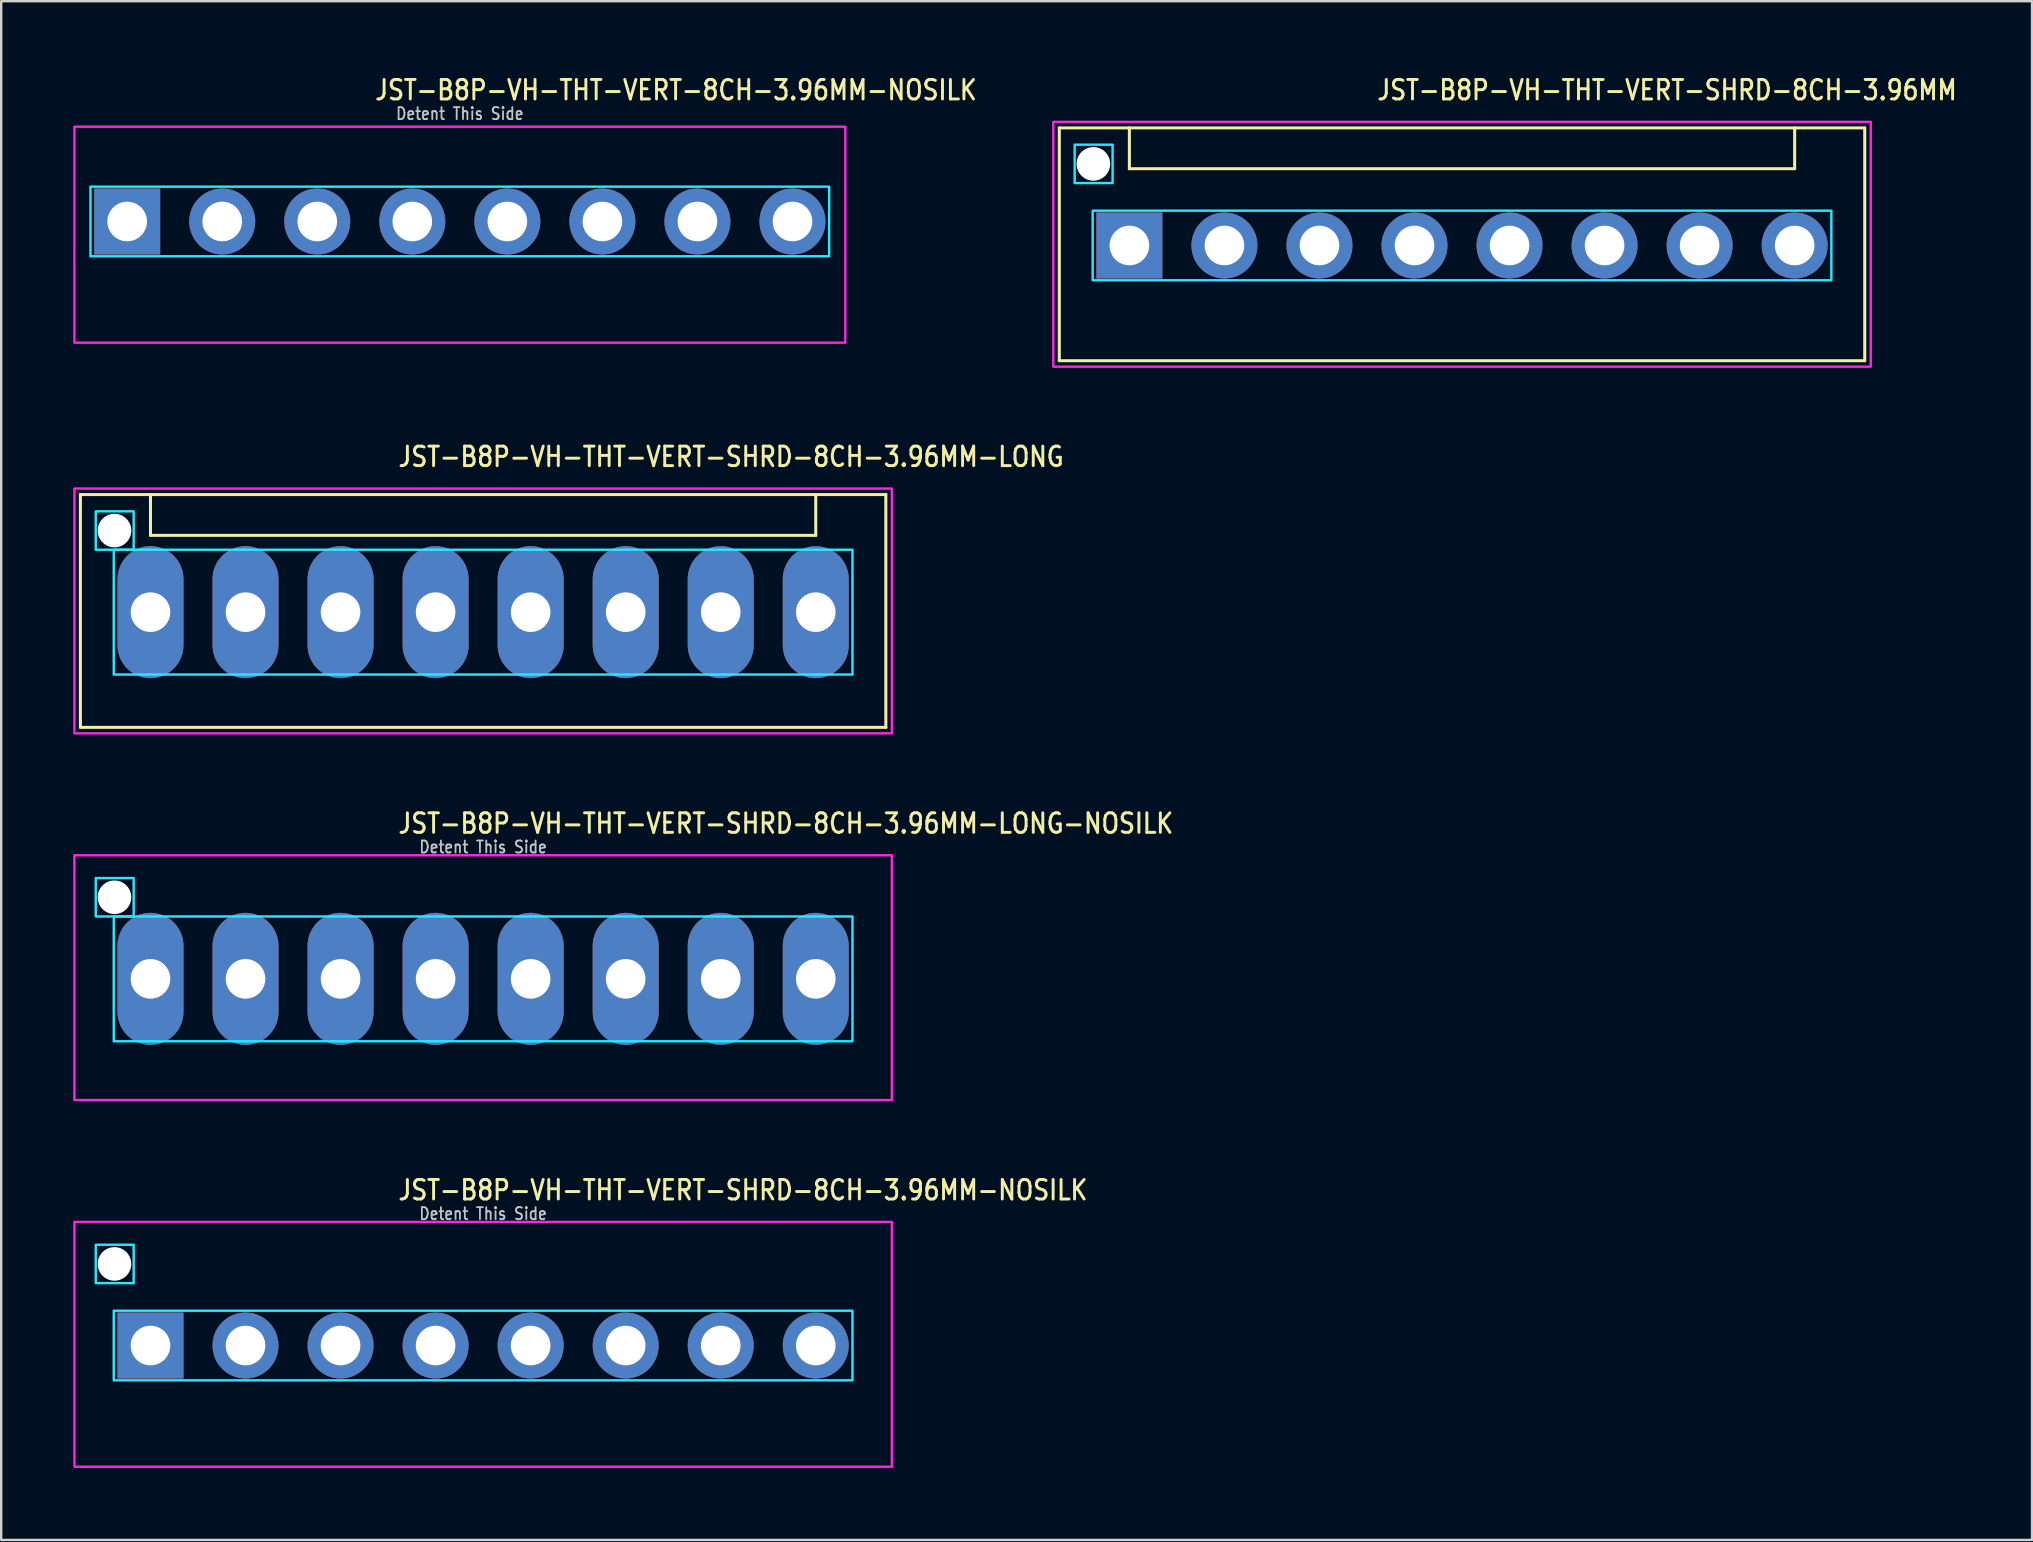
<source format=kicad_pcb>
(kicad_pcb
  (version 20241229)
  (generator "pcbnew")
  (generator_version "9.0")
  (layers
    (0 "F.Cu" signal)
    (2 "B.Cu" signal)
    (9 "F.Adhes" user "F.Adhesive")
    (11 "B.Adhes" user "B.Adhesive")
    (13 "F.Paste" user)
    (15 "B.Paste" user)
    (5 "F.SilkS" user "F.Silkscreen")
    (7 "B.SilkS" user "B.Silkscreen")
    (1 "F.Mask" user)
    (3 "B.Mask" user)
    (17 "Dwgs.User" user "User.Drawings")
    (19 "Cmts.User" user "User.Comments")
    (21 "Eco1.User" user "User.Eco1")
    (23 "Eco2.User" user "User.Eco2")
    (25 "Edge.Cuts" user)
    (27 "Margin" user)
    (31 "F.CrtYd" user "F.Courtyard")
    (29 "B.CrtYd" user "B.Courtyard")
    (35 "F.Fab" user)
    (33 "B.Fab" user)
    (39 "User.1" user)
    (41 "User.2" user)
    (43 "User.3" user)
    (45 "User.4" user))
  (footprint "JST-B8P-VH-THT-VERT-SHRD-8CH-3.96MM-LONG-NOSILK"
    (layer "F.Cu")
    (at 17.08 37.736)
    (property "Reference" "JST-B8P-VH-THT-VERT-SHRD-8CH-3.96MM-LONG-NOSILK" (at -3.6 -6 0) (unlocked yes) (layer "F.SilkS") (effects (font (size 0.813 0.695) (thickness 0.122)) (justify left bottom)))
    (fp_poly (pts (xy -15.39 -2.6) (xy -15.39 2.6) (xy 15.39 2.6) (xy 15.39 -2.6)) (stroke (width 0.1) (type solid)) (fill no) (layer "B.CrtYd"))
    (fp_poly (pts (xy -14.56 -4.2) (xy -14.56 -2.6) (xy -16.14 -2.6) (xy -16.14 -4.2)) (stroke (width 0.1) (type solid)) (fill no) (layer "B.CrtYd"))
    (fp_poly (pts (xy -17.03 -5.15) (xy -17.03 5.05) (xy 17.03 5.05) (xy 17.03 -5.15)) (stroke (width 0.1) (type solid)) (fill no) (layer "F.CrtYd"))
    (fp_text user "Detent This Side" (at 0 -5.2 0) (unlocked yes) (layer "Dwgs.User") (effects (font (size 0.5 0.427) (thickness 0.075)) (justify bottom)))
    (pad "" np_thru_hole circle (at -15.36 -3.4) (size 1.4 1.4) (drill 1.4) (layers "*.Cu" "*.Mask"))
    (pad "P$1" thru_hole oval (at -13.86 0 90) (size 5.5 2.75) (drill 1.65) (layers "*.Cu" "*.Mask"))
    (pad "P$2" thru_hole oval (at -9.9 0 90) (size 5.5 2.75) (drill 1.65) (layers "*.Cu" "*.Mask"))
    (pad "P$3" thru_hole oval (at -5.94 0 90) (size 5.5 2.75) (drill 1.65) (layers "*.Cu" "*.Mask"))
    (pad "P$4" thru_hole oval (at -1.98 0 90) (size 5.5 2.75) (drill 1.65) (layers "*.Cu" "*.Mask"))
    (pad "P$5" thru_hole oval (at 1.98 0 90) (size 5.5 2.75) (drill 1.65) (layers "*.Cu" "*.Mask"))
    (pad "P$6" thru_hole oval (at 5.94 0 90) (size 5.5 2.75) (drill 1.65) (layers "*.Cu" "*.Mask"))
    (pad "P$7" thru_hole oval (at 9.9 0 90) (size 5.5 2.75) (drill 1.65) (layers "*.Cu" "*.Mask"))
    (pad "P$8" thru_hole oval (at 13.86 0 90) (size 5.5 2.75) (drill 1.65) (layers "*.Cu" "*.Mask")))
  (footprint "JST-B8P-VH-THT-VERT-SHRD-8CH-3.96MM-LONG"
    (layer "F.Cu")
    (at 17.08 22.457)
    (property "Reference" "JST-B8P-VH-THT-VERT-SHRD-8CH-3.96MM-LONG" (at -3.6 -6 0) (unlocked yes) (layer "F.SilkS") (effects (font (size 0.813 0.695) (thickness 0.122)) (justify left bottom)))
    (fp_line (start -16.78 -4.9) (end 16.78 -4.9) (stroke (width 0.127) (type solid)) (layer "F.SilkS"))
    (fp_line (start -16.78 4.8) (end -16.78 -4.9) (stroke (width 0.127) (type solid)) (layer "F.SilkS"))
    (fp_line (start -16.78 4.8) (end 16.78 4.8) (stroke (width 0.127) (type solid)) (layer "F.SilkS"))
    (fp_line (start -13.86 -4.9) (end -13.86 -3.2) (stroke (width 0.127) (type solid)) (layer "F.SilkS"))
    (fp_line (start -13.86 -3.2) (end 13.86 -3.2) (stroke (width 0.127) (type solid)) (layer "F.SilkS"))
    (fp_line (start 13.86 -4.9) (end 13.86 -3.2) (stroke (width 0.127) (type solid)) (layer "F.SilkS"))
    (fp_line (start 16.78 -4.9) (end 16.78 4.8) (stroke (width 0.127) (type solid)) (layer "F.SilkS"))
    (fp_poly (pts (xy -15.39 -2.6) (xy -15.39 2.6) (xy 15.39 2.6) (xy 15.39 -2.6)) (stroke (width 0.1) (type solid)) (fill no) (layer "B.CrtYd"))
    (fp_poly (pts (xy -14.56 -4.2) (xy -14.56 -2.6) (xy -16.14 -2.6) (xy -16.14 -4.2)) (stroke (width 0.1) (type solid)) (fill no) (layer "B.CrtYd"))
    (fp_poly (pts (xy -17.03 -5.15) (xy -17.03 5.05) (xy 17.03 5.05) (xy 17.03 -5.15)) (stroke (width 0.1) (type solid)) (fill no) (layer "F.CrtYd"))
    (pad "" np_thru_hole circle (at -15.36 -3.4) (size 1.4 1.4) (drill 1.4) (layers "*.Cu" "*.Mask"))
    (pad "P$1" thru_hole oval (at -13.86 0 90) (size 5.5 2.75) (drill 1.65) (layers "*.Cu" "*.Mask"))
    (pad "P$2" thru_hole oval (at -9.9 0 90) (size 5.5 2.75) (drill 1.65) (layers "*.Cu" "*.Mask"))
    (pad "P$3" thru_hole oval (at -5.94 0 90) (size 5.5 2.75) (drill 1.65) (layers "*.Cu" "*.Mask"))
    (pad "P$4" thru_hole oval (at -1.98 0 90) (size 5.5 2.75) (drill 1.65) (layers "*.Cu" "*.Mask"))
    (pad "P$5" thru_hole oval (at 1.98 0 90) (size 5.5 2.75) (drill 1.65) (layers "*.Cu" "*.Mask"))
    (pad "P$6" thru_hole oval (at 5.94 0 90) (size 5.5 2.75) (drill 1.65) (layers "*.Cu" "*.Mask"))
    (pad "P$7" thru_hole oval (at 9.9 0 90) (size 5.5 2.75) (drill 1.65) (layers "*.Cu" "*.Mask"))
    (pad "P$8" thru_hole oval (at 13.86 0 90) (size 5.5 2.75) (drill 1.65) (layers "*.Cu" "*.Mask")))
  (footprint "JST-B8P-VH-THT-VERT-SHRD-8CH-3.96MM-NOSILK"
    (layer "F.Cu")
    (at 17.08 53.014)
    (property "Reference" "JST-B8P-VH-THT-VERT-SHRD-8CH-3.96MM-NOSILK" (at -3.6 -6 0) (unlocked yes) (layer "F.SilkS") (effects (font (size 0.813 0.695) (thickness 0.122)) (justify left bottom)))
    (fp_poly (pts (xy -15.39 -1.45) (xy -15.39 1.45) (xy 15.39 1.45) (xy 15.39 -1.45)) (stroke (width 0.1) (type solid)) (fill no) (layer "B.CrtYd"))
    (fp_poly (pts (xy -14.56 -4.2) (xy -14.56 -2.6) (xy -16.14 -2.6) (xy -16.14 -4.2)) (stroke (width 0.1) (type solid)) (fill no) (layer "B.CrtYd"))
    (fp_poly (pts (xy -17.03 -5.15) (xy -17.03 5.05) (xy 17.03 5.05) (xy 17.03 -5.15)) (stroke (width 0.1) (type solid)) (fill no) (layer "F.CrtYd"))
    (fp_text user "Detent This Side" (at 0 -5.2 0) (unlocked yes) (layer "Dwgs.User") (effects (font (size 0.5 0.427) (thickness 0.075)) (justify bottom)))
    (pad "" np_thru_hole circle (at -15.36 -3.4) (size 1.4 1.4) (drill 1.4) (layers "*.Cu" "*.Mask"))
    (pad "P$1" thru_hole rect (at -13.86 0) (size 2.75 2.75) (drill 1.65) (layers "*.Cu" "*.Mask"))
    (pad "P$2" thru_hole oval (at -9.9 0) (size 2.75 2.75) (drill 1.65) (layers "*.Cu" "*.Mask"))
    (pad "P$3" thru_hole oval (at -5.94 0) (size 2.75 2.75) (drill 1.65) (layers "*.Cu" "*.Mask"))
    (pad "P$4" thru_hole oval (at -1.98 0) (size 2.75 2.75) (drill 1.65) (layers "*.Cu" "*.Mask"))
    (pad "P$5" thru_hole oval (at 1.98 0) (size 2.75 2.75) (drill 1.65) (layers "*.Cu" "*.Mask"))
    (pad "P$6" thru_hole oval (at 5.94 0) (size 2.75 2.75) (drill 1.65) (layers "*.Cu" "*.Mask"))
    (pad "P$7" thru_hole oval (at 9.9 0) (size 2.75 2.75) (drill 1.65) (layers "*.Cu" "*.Mask"))
    (pad "P$8" thru_hole oval (at 13.86 0) (size 2.75 2.75) (drill 1.65) (layers "*.Cu" "*.Mask")))
  (footprint "JST-B8P-VH-THT-VERT-8CH-3.96MM-NOSILK"
    (layer "F.Cu")
    (at 16.11 6.179)
    (property "Reference" "JST-B8P-VH-THT-VERT-8CH-3.96MM-NOSILK" (at -3.6 -5 0) (unlocked yes) (layer "F.SilkS") (effects (font (size 0.813 0.695) (thickness 0.122)) (justify left bottom)))
    (fp_poly (pts (xy -15.39 -1.45) (xy -15.39 1.45) (xy 15.39 1.45) (xy 15.39 -1.45)) (stroke (width 0.1) (type solid)) (fill no) (layer "B.CrtYd"))
    (fp_poly (pts (xy -16.06 -3.95) (xy -16.06 5.05) (xy 16.06 5.05) (xy 16.06 -3.95)) (stroke (width 0.1) (type solid)) (fill no) (layer "F.CrtYd"))
    (fp_text user "Detent This Side" (at 0 -4.2 0) (unlocked yes) (layer "Dwgs.User") (effects (font (size 0.5 0.427) (thickness 0.075)) (justify bottom)))
    (pad "P$1" thru_hole rect (at -13.86 0) (size 2.75 2.75) (drill 1.65) (layers "*.Cu" "*.Mask"))
    (pad "P$2" thru_hole oval (at -9.9 0) (size 2.75 2.75) (drill 1.65) (layers "*.Cu" "*.Mask"))
    (pad "P$3" thru_hole oval (at -5.94 0) (size 2.75 2.75) (drill 1.65) (layers "*.Cu" "*.Mask"))
    (pad "P$4" thru_hole oval (at -1.98 0) (size 2.75 2.75) (drill 1.65) (layers "*.Cu" "*.Mask"))
    (pad "P$5" thru_hole oval (at 1.98 0) (size 2.75 2.75) (drill 1.65) (layers "*.Cu" "*.Mask"))
    (pad "P$6" thru_hole oval (at 5.94 0) (size 2.75 2.75) (drill 1.65) (layers "*.Cu" "*.Mask"))
    (pad "P$7" thru_hole oval (at 9.9 0) (size 2.75 2.75) (drill 1.65) (layers "*.Cu" "*.Mask"))
    (pad "P$8" thru_hole oval (at 13.86 0) (size 2.75 2.75) (drill 1.65) (layers "*.Cu" "*.Mask")))
  (footprint "JST-B8P-VH-THT-VERT-SHRD-8CH-3.96MM"
    (layer "F.Cu")
    (at 57.868 7.179)
    (property "Reference" "JST-B8P-VH-THT-VERT-SHRD-8CH-3.96MM" (at -3.6 -6 0) (unlocked yes) (layer "F.SilkS") (effects (font (size 0.813 0.695) (thickness 0.122)) (justify left bottom)))
    (fp_line (start -16.78 -4.9) (end 16.78 -4.9) (stroke (width 0.127) (type solid)) (layer "F.SilkS"))
    (fp_line (start -16.78 4.8) (end -16.78 -4.9) (stroke (width 0.127) (type solid)) (layer "F.SilkS"))
    (fp_line (start -16.78 4.8) (end 16.78 4.8) (stroke (width 0.127) (type solid)) (layer "F.SilkS"))
    (fp_line (start -13.86 -4.9) (end -13.86 -3.2) (stroke (width 0.127) (type solid)) (layer "F.SilkS"))
    (fp_line (start -13.86 -3.2) (end 13.86 -3.2) (stroke (width 0.127) (type solid)) (layer "F.SilkS"))
    (fp_line (start 13.86 -4.9) (end 13.86 -3.2) (stroke (width 0.127) (type solid)) (layer "F.SilkS"))
    (fp_line (start 16.78 -4.9) (end 16.78 4.8) (stroke (width 0.127) (type solid)) (layer "F.SilkS"))
    (fp_poly (pts (xy -15.39 -1.45) (xy -15.39 1.45) (xy 15.39 1.45) (xy 15.39 -1.45)) (stroke (width 0.1) (type solid)) (fill no) (layer "B.CrtYd"))
    (fp_poly (pts (xy -14.56 -4.2) (xy -14.56 -2.6) (xy -16.14 -2.6) (xy -16.14 -4.2)) (stroke (width 0.1) (type solid)) (fill no) (layer "B.CrtYd"))
    (fp_poly (pts (xy -17.03 -5.15) (xy -17.03 5.05) (xy 17.03 5.05) (xy 17.03 -5.15)) (stroke (width 0.1) (type solid)) (fill no) (layer "F.CrtYd"))
    (pad "" np_thru_hole circle (at -15.36 -3.4) (size 1.4 1.4) (drill 1.4) (layers "*.Cu" "*.Mask"))
    (pad "P$1" thru_hole rect (at -13.86 0) (size 2.75 2.75) (drill 1.65) (layers "*.Cu" "*.Mask"))
    (pad "P$2" thru_hole oval (at -9.9 0) (size 2.75 2.75) (drill 1.65) (layers "*.Cu" "*.Mask"))
    (pad "P$3" thru_hole oval (at -5.94 0) (size 2.75 2.75) (drill 1.65) (layers "*.Cu" "*.Mask"))
    (pad "P$4" thru_hole oval (at -1.98 0) (size 2.75 2.75) (drill 1.65) (layers "*.Cu" "*.Mask"))
    (pad "P$5" thru_hole oval (at 1.98 0) (size 2.75 2.75) (drill 1.65) (layers "*.Cu" "*.Mask"))
    (pad "P$6" thru_hole oval (at 5.94 0) (size 2.75 2.75) (drill 1.65) (layers "*.Cu" "*.Mask"))
    (pad "P$7" thru_hole oval (at 9.9 0) (size 2.75 2.75) (drill 1.65) (layers "*.Cu" "*.Mask"))
    (pad "P$8" thru_hole oval (at 13.86 0) (size 2.75 2.75) (drill 1.65) (layers "*.Cu" "*.Mask")))
  (gr_rect
    (start -3 -3)
    (end 81.619 61.114)
    (stroke (width 0.1) (type default))
    (fill no)
    (layer "Edge.Cuts")))
</source>
